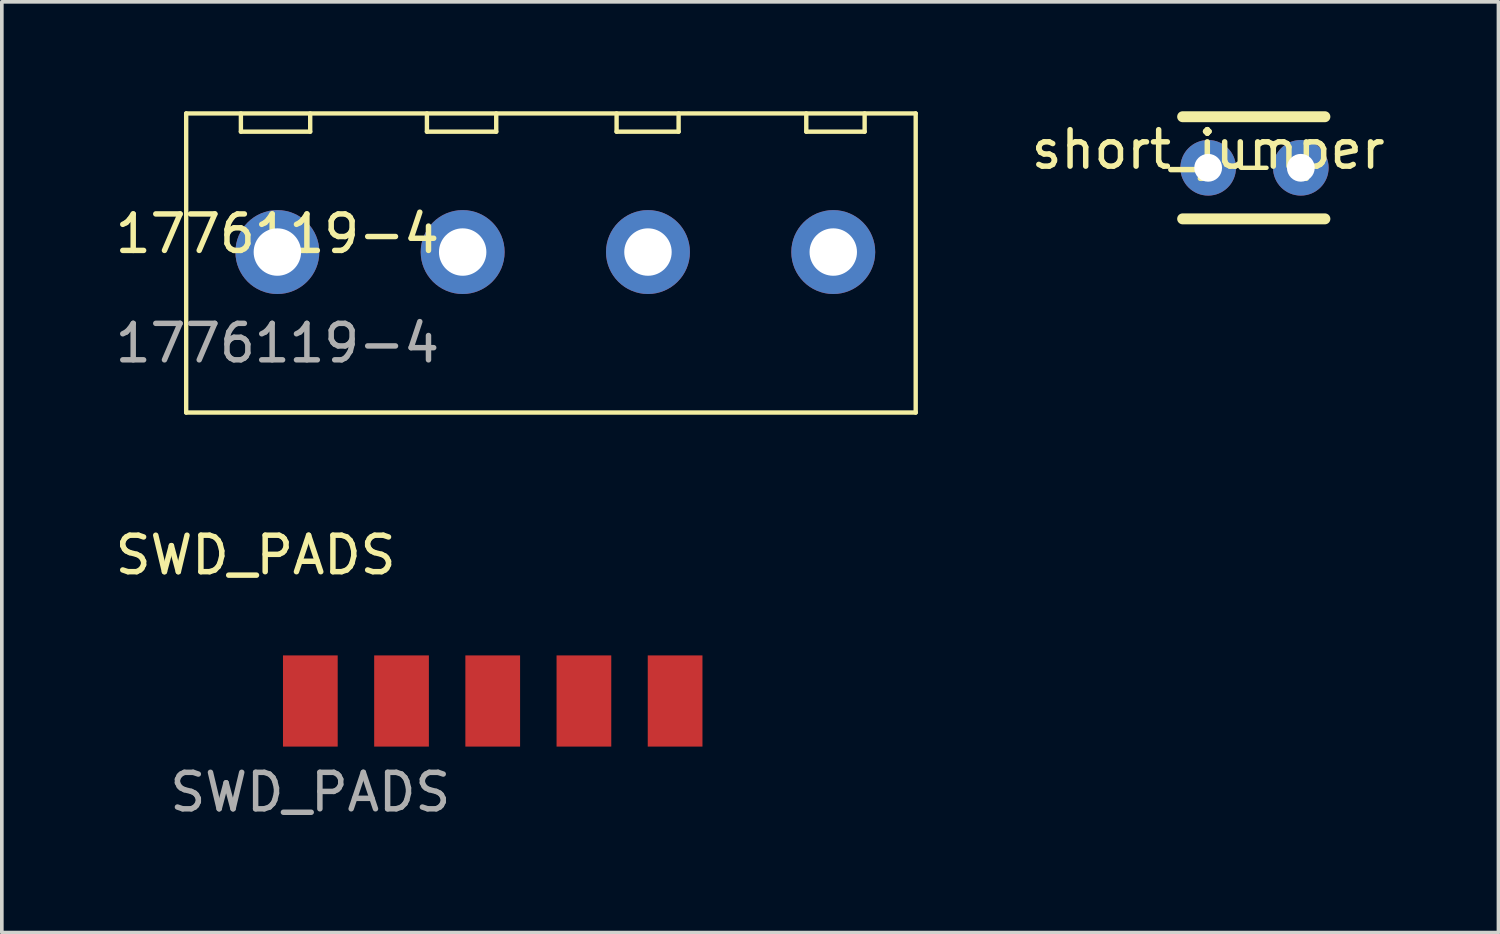
<source format=kicad_pcb>
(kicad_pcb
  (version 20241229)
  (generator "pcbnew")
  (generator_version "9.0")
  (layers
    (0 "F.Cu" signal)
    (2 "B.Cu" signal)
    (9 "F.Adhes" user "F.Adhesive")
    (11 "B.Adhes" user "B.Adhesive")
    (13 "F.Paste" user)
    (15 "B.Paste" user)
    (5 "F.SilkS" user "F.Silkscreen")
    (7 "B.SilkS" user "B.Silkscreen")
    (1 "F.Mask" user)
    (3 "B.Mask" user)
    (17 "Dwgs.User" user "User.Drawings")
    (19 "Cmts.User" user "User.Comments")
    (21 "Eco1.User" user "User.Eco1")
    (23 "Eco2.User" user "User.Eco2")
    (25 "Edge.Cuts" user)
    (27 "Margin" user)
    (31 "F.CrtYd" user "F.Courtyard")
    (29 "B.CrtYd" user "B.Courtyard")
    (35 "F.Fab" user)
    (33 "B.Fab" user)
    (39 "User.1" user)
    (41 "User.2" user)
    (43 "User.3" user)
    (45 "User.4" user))
  (footprint "1776119-4"
    (layer "F.Cu")
    (at 4.554 3.86)
    (property "Reference" "1776119-4" (at 0 -0.5 0) (unlocked yes) (layer "F.SilkS") (effects (font (size 1 1) (thickness 0.15))))
    (attr smd)
    (fp_line (start -2.5 -3.8) (end 17.5 -3.8) (stroke (width 0.12) (type default)) (layer "F.SilkS"))
    (fp_line (start -2.5 4.4) (end -2.5 -3.8) (stroke (width 0.12) (type default)) (layer "F.SilkS"))
    (fp_line (start -1 -3.3) (end -1 -3.8) (stroke (width 0.12) (type default)) (layer "F.SilkS"))
    (fp_line (start 0.9 -3.8) (end 0.9 -3.3) (stroke (width 0.12) (type default)) (layer "F.SilkS"))
    (fp_line (start 0.9 -3.3) (end -1 -3.3) (stroke (width 0.12) (type default)) (layer "F.SilkS"))
    (fp_line (start 4.1 -3.3) (end 4.1 -3.8) (stroke (width 0.12) (type default)) (layer "F.SilkS"))
    (fp_line (start 6 -3.8) (end 6 -3.3) (stroke (width 0.12) (type default)) (layer "F.SilkS"))
    (fp_line (start 6 -3.3) (end 4.1 -3.3) (stroke (width 0.12) (type default)) (layer "F.SilkS"))
    (fp_line (start 9.3 -3.3) (end 9.3 -3.8) (stroke (width 0.12) (type default)) (layer "F.SilkS"))
    (fp_line (start 11 -3.8) (end 11 -3.3) (stroke (width 0.12) (type default)) (layer "F.SilkS"))
    (fp_line (start 11 -3.3) (end 9.3 -3.3) (stroke (width 0.12) (type default)) (layer "F.SilkS"))
    (fp_line (start 14.5 -3.3) (end 14.5 -3.8) (stroke (width 0.12) (type default)) (layer "F.SilkS"))
    (fp_line (start 16.1 -3.8) (end 16.1 -3.3) (stroke (width 0.12) (type default)) (layer "F.SilkS"))
    (fp_line (start 16.1 -3.3) (end 14.5 -3.3) (stroke (width 0.12) (type default)) (layer "F.SilkS"))
    (fp_line (start 17.5 -3.8) (end 17.5 4.4) (stroke (width 0.12) (type default)) (layer "F.SilkS"))
    (fp_line (start 17.5 4.4) (end -2.5 4.4) (stroke (width 0.12) (type default)) (layer "F.SilkS"))
    (fp_text user "${REFERENCE}" (at 0 2.5 0) (unlocked yes) (layer "F.Fab") (effects (font (size 1 1) (thickness 0.15))))
    (pad "1" thru_hole circle (at 0 0) (size 2.3 2.3) (drill 1.3) (layers "*.Cu" "*.Mask"))
    (pad "2" thru_hole circle (at 5.08 0) (size 2.3 2.3) (drill 1.3) (layers "*.Cu" "*.Mask"))
    (pad "3" thru_hole circle (at 10.16 0) (size 2.3 2.3) (drill 1.3) (layers "*.Cu" "*.Mask"))
    (pad "4" thru_hole circle (at 15.24 0) (size 2.3 2.3) (drill 1.3) (layers "*.Cu" "*.Mask")))
  (footprint "short_jumper"
    (layer "F.Cu")
    (at 30.072 1.55)
    (property "Reference" "short_jumper" (at 0 -0.5 0) (unlocked yes) (layer "F.SilkS") (effects (font (size 1 1) (thickness 0.15))))
    (attr through_hole)
    (fp_line (start 1.6 0) (end 0.9 0) (stroke (width 0.12) (type default)) (layer "F.SilkS"))
    (fp_line (start 3.2 -1.4) (end -0.7 -1.4) (stroke (width 0.3) (type default)) (layer "F.SilkS"))
    (fp_line (start 3.2 1.4) (end -0.7 1.4) (stroke (width 0.3) (type default)) (layer "F.SilkS"))
    (pad "1" thru_hole circle (at 0 0) (size 1.524 1.524) (drill 0.762) (layers "*.Cu" "*.Mask"))
    (pad "2" thru_hole circle (at 2.54 0) (size 1.524 1.524) (drill 0.762) (layers "*.Cu" "*.Mask")))
  (footprint "SWD_PADS"
    (layer "F.Cu")
    (at 10.458 16.168)
    (property "Reference" "SWD_PADS" (at -6.5 -4 0) (unlocked yes) (layer "F.SilkS") (effects (font (size 1 1) (thickness 0.15))))
    (attr through_hole)
    (fp_text user "${REFERENCE}" (at -5 2.5 0) (unlocked yes) (layer "F.Fab") (effects (font (size 1 1) (thickness 0.15))))
    (pad "1" smd rect (at -5 0) (size 1.5 2.5) (layers "F.Cu" "F.Mask" "F.Paste"))
    (pad "2" smd rect (at -2.5 0) (size 1.5 2.5) (layers "F.Cu" "F.Mask" "F.Paste"))
    (pad "3" smd rect (at 0 0) (size 1.5 2.5) (layers "F.Cu" "F.Mask" "F.Paste"))
    (pad "4" smd rect (at 2.5 0) (size 1.5 2.5) (layers "F.Cu" "F.Mask" "F.Paste"))
    (pad "5" smd rect (at 5 0) (size 1.5 2.5) (layers "F.Cu" "F.Mask" "F.Paste")))
  (gr_rect
    (start -3 -3)
    (end 38.03 22.517)
    (stroke (width 0.1) (type default))
    (fill no)
    (layer "Edge.Cuts")))
</source>
